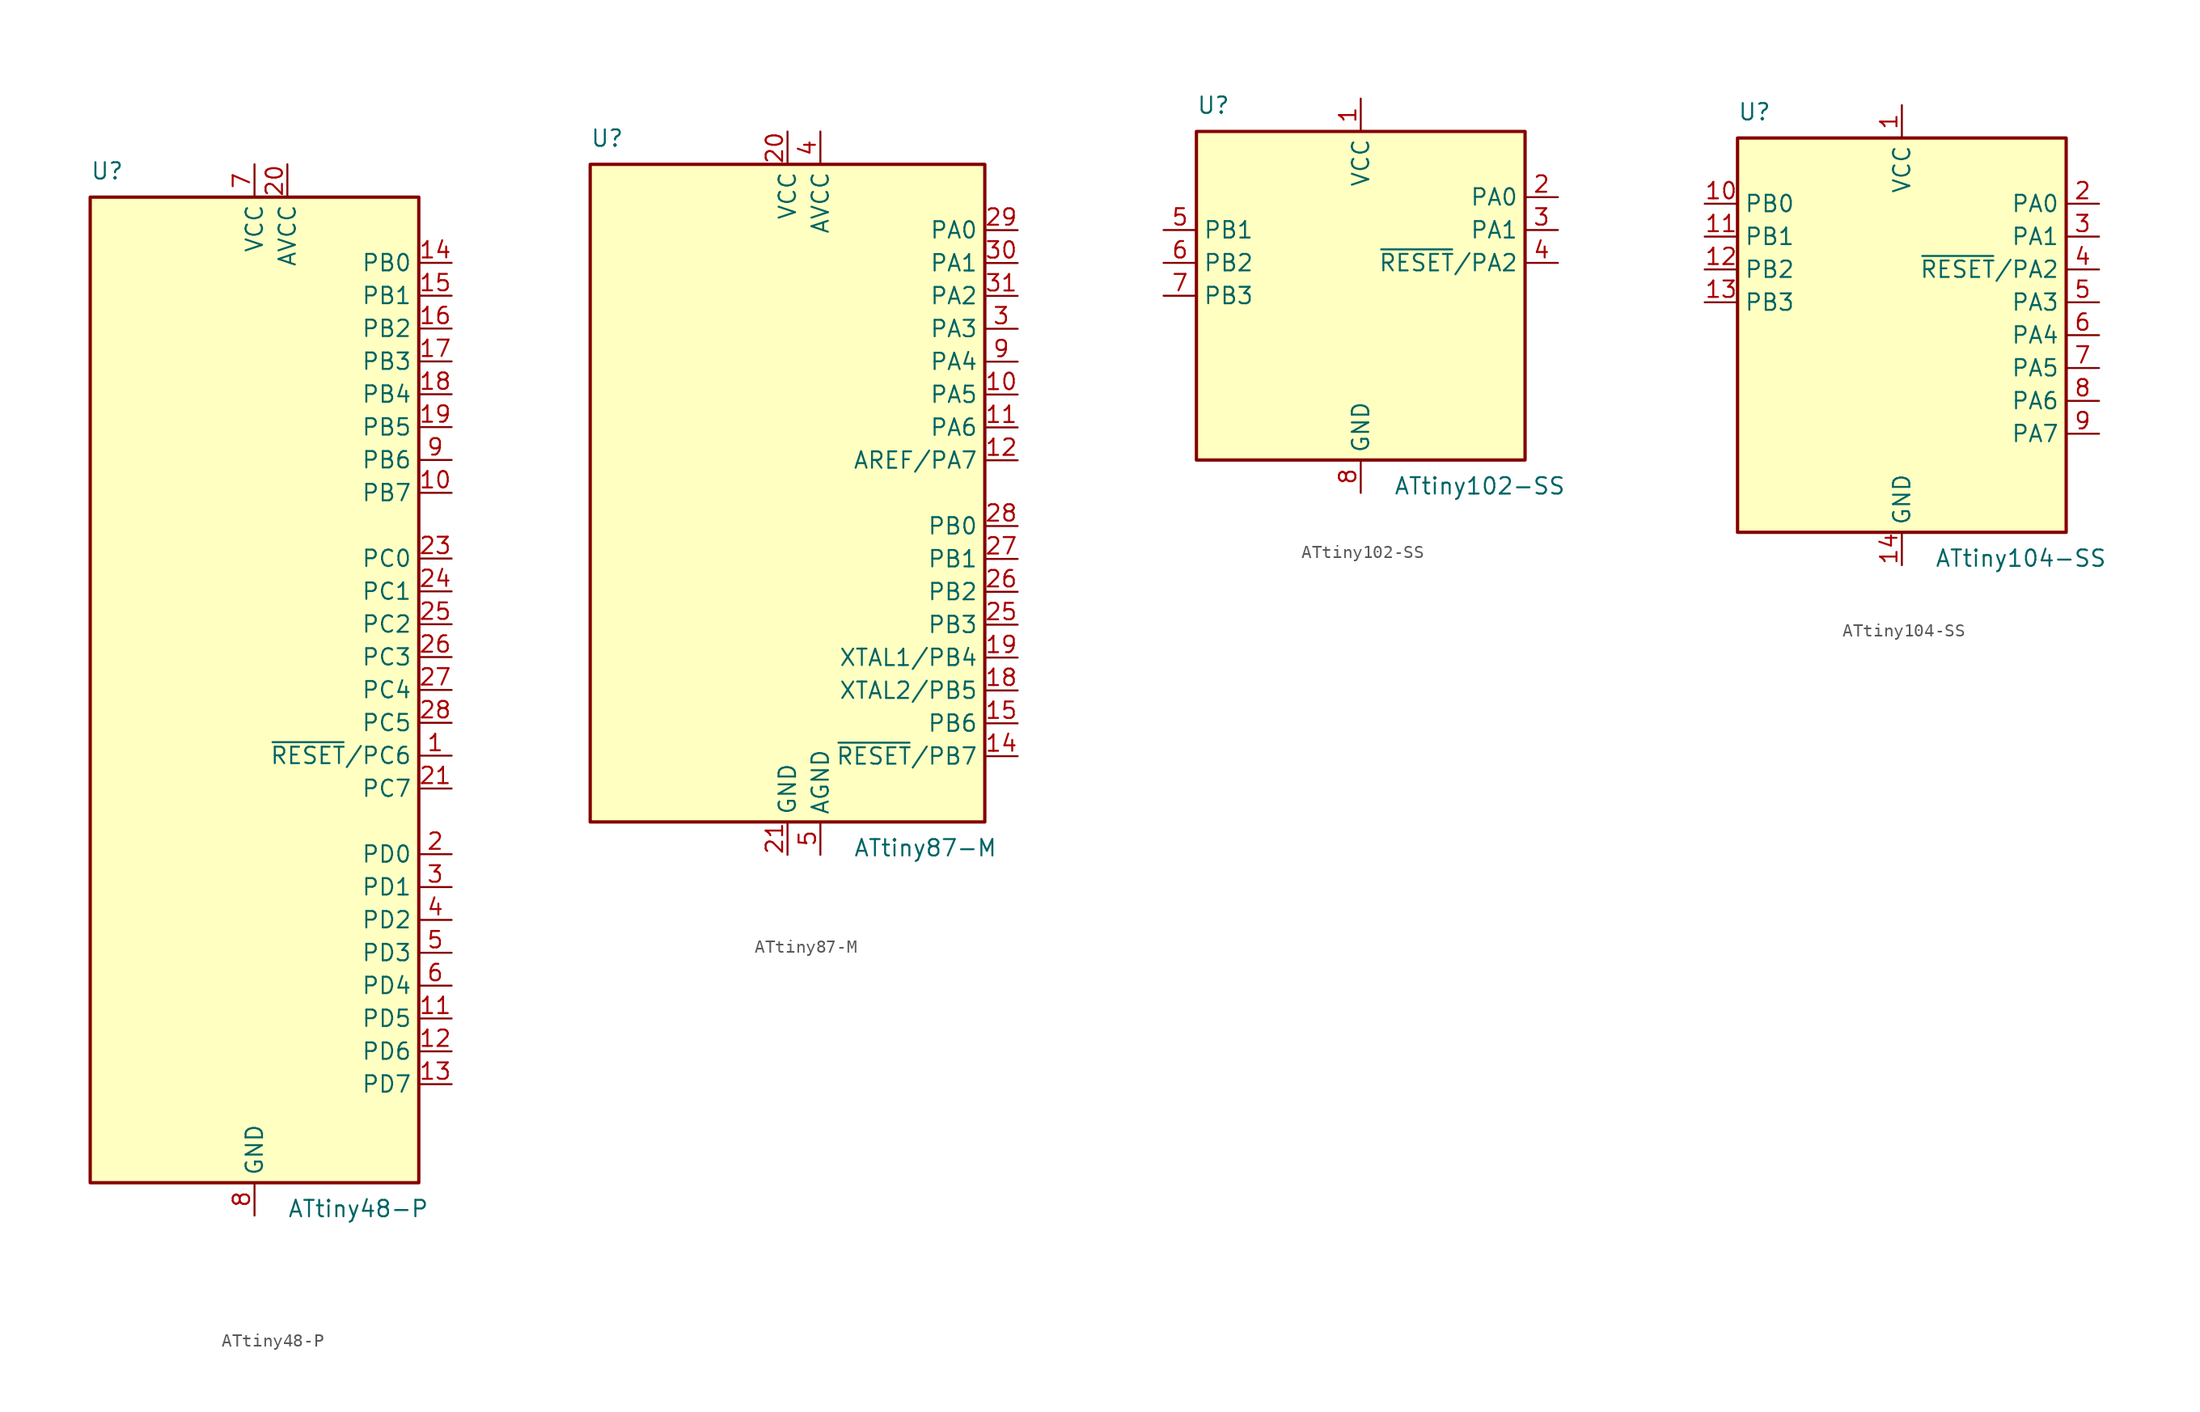
<source format=kicad_sym>
(kicad_symbol_lib
  (version 20211014)
  (generator kicad_symbol_editor)
  (symbol "ATtiny48-P"
    (property "Reference" "U"
      (at -12.7 39.37 0)
      (effects (font (size 1.27 1.27)) (justify left bottom)))
    (property "Value" "ATtiny48-P"
      (at 2.54 -39.37 0)
      (effects (font (size 1.27 1.27)) (justify left top)))
    (symbol "ATtiny48-P_0_1"
      (rectangle (start -12.7 -38.1) (end 12.7 38.1) (stroke (width 0.254) (type default) (color 0 0 0 0)) (fill (type background))))
    (symbol "ATtiny48-P_1_1"
      (pin bidirectional line (at 15.24 -5.08 180) (length 2.54) (name "~{RESET}/PC6" (effects (font (size 1.27 1.27)))) (number "1" (effects (font (size 1.27 1.27)))))
      (pin bidirectional line (at 15.24 15.24 180) (length 2.54) (name "PB7" (effects (font (size 1.27 1.27)))) (number "10" (effects (font (size 1.27 1.27)))))
      (pin bidirectional line (at 15.24 -25.4 180) (length 2.54) (name "PD5" (effects (font (size 1.27 1.27)))) (number "11" (effects (font (size 1.27 1.27)))))
      (pin bidirectional line (at 15.24 -27.94 180) (length 2.54) (name "PD6" (effects (font (size 1.27 1.27)))) (number "12" (effects (font (size 1.27 1.27)))))
      (pin bidirectional line (at 15.24 -30.48 180) (length 2.54) (name "PD7" (effects (font (size 1.27 1.27)))) (number "13" (effects (font (size 1.27 1.27)))))
      (pin bidirectional line (at 15.24 33.02 180) (length 2.54) (name "PB0" (effects (font (size 1.27 1.27)))) (number "14" (effects (font (size 1.27 1.27)))))
      (pin bidirectional line (at 15.24 30.48 180) (length 2.54) (name "PB1" (effects (font (size 1.27 1.27)))) (number "15" (effects (font (size 1.27 1.27)))))
      (pin bidirectional line (at 15.24 27.94 180) (length 2.54) (name "PB2" (effects (font (size 1.27 1.27)))) (number "16" (effects (font (size 1.27 1.27)))))
      (pin bidirectional line (at 15.24 25.4 180) (length 2.54) (name "PB3" (effects (font (size 1.27 1.27)))) (number "17" (effects (font (size 1.27 1.27)))))
      (pin bidirectional line (at 15.24 22.86 180) (length 2.54) (name "PB4" (effects (font (size 1.27 1.27)))) (number "18" (effects (font (size 1.27 1.27)))))
      (pin bidirectional line (at 15.24 20.32 180) (length 2.54) (name "PB5" (effects (font (size 1.27 1.27)))) (number "19" (effects (font (size 1.27 1.27)))))
      (pin bidirectional line (at 15.24 -12.7 180) (length 2.54) (name "PD0" (effects (font (size 1.27 1.27)))) (number "2" (effects (font (size 1.27 1.27)))))
      (pin power_in line (at 2.54 40.64 270) (length 2.54) (name "AVCC" (effects (font (size 1.27 1.27)))) (number "20" (effects (font (size 1.27 1.27)))))
      (pin bidirectional line (at 15.24 -7.62 180) (length 2.54) (name "PC7" (effects (font (size 1.27 1.27)))) (number "21" (effects (font (size 1.27 1.27)))))
      (pin passive line (at 0 -40.64 90) (length 2.54) hide (name "GND" (effects (font (size 1.27 1.27)))) (number "22" (effects (font (size 1.27 1.27)))))
      (pin bidirectional line (at 15.24 10.16 180) (length 2.54) (name "PC0" (effects (font (size 1.27 1.27)))) (number "23" (effects (font (size 1.27 1.27)))))
      (pin bidirectional line (at 15.24 7.62 180) (length 2.54) (name "PC1" (effects (font (size 1.27 1.27)))) (number "24" (effects (font (size 1.27 1.27)))))
      (pin bidirectional line (at 15.24 5.08 180) (length 2.54) (name "PC2" (effects (font (size 1.27 1.27)))) (number "25" (effects (font (size 1.27 1.27)))))
      (pin bidirectional line (at 15.24 2.54 180) (length 2.54) (name "PC3" (effects (font (size 1.27 1.27)))) (number "26" (effects (font (size 1.27 1.27)))))
      (pin bidirectional line (at 15.24 0 180) (length 2.54) (name "PC4" (effects (font (size 1.27 1.27)))) (number "27" (effects (font (size 1.27 1.27)))))
      (pin bidirectional line (at 15.24 -2.54 180) (length 2.54) (name "PC5" (effects (font (size 1.27 1.27)))) (number "28" (effects (font (size 1.27 1.27)))))
      (pin bidirectional line (at 15.24 -15.24 180) (length 2.54) (name "PD1" (effects (font (size 1.27 1.27)))) (number "3" (effects (font (size 1.27 1.27)))))
      (pin bidirectional line (at 15.24 -17.78 180) (length 2.54) (name "PD2" (effects (font (size 1.27 1.27)))) (number "4" (effects (font (size 1.27 1.27)))))
      (pin bidirectional line (at 15.24 -20.32 180) (length 2.54) (name "PD3" (effects (font (size 1.27 1.27)))) (number "5" (effects (font (size 1.27 1.27)))))
      (pin bidirectional line (at 15.24 -22.86 180) (length 2.54) (name "PD4" (effects (font (size 1.27 1.27)))) (number "6" (effects (font (size 1.27 1.27)))))
      (pin power_in line (at 0 40.64 270) (length 2.54) (name "VCC" (effects (font (size 1.27 1.27)))) (number "7" (effects (font (size 1.27 1.27)))))
      (pin power_in line (at 0 -40.64 90) (length 2.54) (name "GND" (effects (font (size 1.27 1.27)))) (number "8" (effects (font (size 1.27 1.27)))))
      (pin bidirectional line (at 15.24 17.78 180) (length 2.54) (name "PB6" (effects (font (size 1.27 1.27)))) (number "9" (effects (font (size 1.27 1.27)))))))
  (symbol "ATtiny87-M"
    (property "Reference" "U"
      (at -15.24 26.67 0)
      (effects (font (size 1.27 1.27)) (justify left bottom)))
    (property "Value" "ATtiny87-M"
      (at 5.08 -26.67 0)
      (effects (font (size 1.27 1.27)) (justify left top)))
    (symbol "ATtiny87-M_0_1"
      (rectangle (start -15.24 -25.4) (end 15.24 25.4) (stroke (width 0.254) (type default) (color 0 0 0 0)) (fill (type background))))
    (symbol "ATtiny87-M_1_1"
      (pin no_connect line (at -15.24 5.08 0) (length 2.54) hide (name "NC" (effects (font (size 1.27 1.27)))) (number "1" (effects (font (size 1.27 1.27)))))
      (pin bidirectional line (at 17.78 7.62 180) (length 2.54) (name "PA5" (effects (font (size 1.27 1.27)))) (number "10" (effects (font (size 1.27 1.27)))))
      (pin bidirectional line (at 17.78 5.08 180) (length 2.54) (name "PA6" (effects (font (size 1.27 1.27)))) (number "11" (effects (font (size 1.27 1.27)))))
      (pin bidirectional line (at 17.78 2.54 180) (length 2.54) (name "AREF/PA7" (effects (font (size 1.27 1.27)))) (number "12" (effects (font (size 1.27 1.27)))))
      (pin no_connect line (at -15.24 -7.62 0) (length 2.54) hide (name "NC" (effects (font (size 1.27 1.27)))) (number "13" (effects (font (size 1.27 1.27)))))
      (pin bidirectional line (at 17.78 -20.32 180) (length 2.54) (name "~{RESET}/PB7" (effects (font (size 1.27 1.27)))) (number "14" (effects (font (size 1.27 1.27)))))
      (pin bidirectional line (at 17.78 -17.78 180) (length 2.54) (name "PB6" (effects (font (size 1.27 1.27)))) (number "15" (effects (font (size 1.27 1.27)))))
      (pin no_connect line (at -15.24 -10.16 0) (length 2.54) hide (name "NC" (effects (font (size 1.27 1.27)))) (number "16" (effects (font (size 1.27 1.27)))))
      (pin no_connect line (at -15.24 -12.7 0) (length 2.54) hide (name "NC" (effects (font (size 1.27 1.27)))) (number "17" (effects (font (size 1.27 1.27)))))
      (pin bidirectional line (at 17.78 -15.24 180) (length 2.54) (name "XTAL2/PB5" (effects (font (size 1.27 1.27)))) (number "18" (effects (font (size 1.27 1.27)))))
      (pin bidirectional line (at 17.78 -12.7 180) (length 2.54) (name "XTAL1/PB4" (effects (font (size 1.27 1.27)))) (number "19" (effects (font (size 1.27 1.27)))))
      (pin no_connect line (at -15.24 2.54 0) (length 2.54) hide (name "NC" (effects (font (size 1.27 1.27)))) (number "2" (effects (font (size 1.27 1.27)))))
      (pin power_in line (at 0 27.94 270) (length 2.54) (name "VCC" (effects (font (size 1.27 1.27)))) (number "20" (effects (font (size 1.27 1.27)))))
      (pin power_in line (at 0 -27.94 90) (length 2.54) (name "GND" (effects (font (size 1.27 1.27)))) (number "21" (effects (font (size 1.27 1.27)))))
      (pin no_connect line (at -15.24 -15.24 0) (length 2.54) hide (name "NC" (effects (font (size 1.27 1.27)))) (number "22" (effects (font (size 1.27 1.27)))))
      (pin no_connect line (at -15.24 -17.78 0) (length 2.54) hide (name "NC" (effects (font (size 1.27 1.27)))) (number "23" (effects (font (size 1.27 1.27)))))
      (pin no_connect line (at -15.24 -20.32 0) (length 2.54) hide (name "NC" (effects (font (size 1.27 1.27)))) (number "24" (effects (font (size 1.27 1.27)))))
      (pin bidirectional line (at 17.78 -10.16 180) (length 2.54) (name "PB3" (effects (font (size 1.27 1.27)))) (number "25" (effects (font (size 1.27 1.27)))))
      (pin bidirectional line (at 17.78 -7.62 180) (length 2.54) (name "PB2" (effects (font (size 1.27 1.27)))) (number "26" (effects (font (size 1.27 1.27)))))
      (pin bidirectional line (at 17.78 -5.08 180) (length 2.54) (name "PB1" (effects (font (size 1.27 1.27)))) (number "27" (effects (font (size 1.27 1.27)))))
      (pin bidirectional line (at 17.78 -2.54 180) (length 2.54) (name "PB0" (effects (font (size 1.27 1.27)))) (number "28" (effects (font (size 1.27 1.27)))))
      (pin bidirectional line (at 17.78 20.32 180) (length 2.54) (name "PA0" (effects (font (size 1.27 1.27)))) (number "29" (effects (font (size 1.27 1.27)))))
      (pin bidirectional line (at 17.78 12.7 180) (length 2.54) (name "PA3" (effects (font (size 1.27 1.27)))) (number "3" (effects (font (size 1.27 1.27)))))
      (pin bidirectional line (at 17.78 17.78 180) (length 2.54) (name "PA1" (effects (font (size 1.27 1.27)))) (number "30" (effects (font (size 1.27 1.27)))))
      (pin bidirectional line (at 17.78 15.24 180) (length 2.54) (name "PA2" (effects (font (size 1.27 1.27)))) (number "31" (effects (font (size 1.27 1.27)))))
      (pin no_connect line (at -15.24 -22.86 0) (length 2.54) hide (name "NC" (effects (font (size 1.27 1.27)))) (number "32" (effects (font (size 1.27 1.27)))))
      (pin passive line (at 0 -27.94 90) (length 2.54) hide (name "GND" (effects (font (size 1.27 1.27)))) (number "33" (effects (font (size 1.27 1.27)))))
      (pin power_in line (at 2.54 27.94 270) (length 2.54) (name "AVCC" (effects (font (size 1.27 1.27)))) (number "4" (effects (font (size 1.27 1.27)))))
      (pin power_in line (at 2.54 -27.94 90) (length 2.54) (name "AGND" (effects (font (size 1.27 1.27)))) (number "5" (effects (font (size 1.27 1.27)))))
      (pin no_connect line (at -15.24 0 0) (length 2.54) hide (name "NC" (effects (font (size 1.27 1.27)))) (number "6" (effects (font (size 1.27 1.27)))))
      (pin no_connect line (at -15.24 -2.54 0) (length 2.54) hide (name "NC" (effects (font (size 1.27 1.27)))) (number "7" (effects (font (size 1.27 1.27)))))
      (pin no_connect line (at -15.24 -5.08 0) (length 2.54) hide (name "NC" (effects (font (size 1.27 1.27)))) (number "8" (effects (font (size 1.27 1.27)))))
      (pin bidirectional line (at 17.78 10.16 180) (length 2.54) (name "PA4" (effects (font (size 1.27 1.27)))) (number "9" (effects (font (size 1.27 1.27)))))))
  (symbol "ATtiny102-SS"
    (property "Reference" "U"
      (at -12.7 13.97 0)
      (effects (font (size 1.27 1.27)) (justify left bottom)))
    (property "Value" "ATtiny102-SS"
      (at 2.54 -13.97 0)
      (effects (font (size 1.27 1.27)) (justify left top)))
    (symbol "ATtiny102-SS_0_1"
      (rectangle (start -12.7 -12.7) (end 12.7 12.7) (stroke (width 0.254) (type default) (color 0 0 0 0)) (fill (type background))))
    (symbol "ATtiny102-SS_1_1"
      (pin power_in line (at 0 15.24 270) (length 2.54) (name "VCC" (effects (font (size 1.27 1.27)))) (number "1" (effects (font (size 1.27 1.27)))))
      (pin bidirectional line (at 15.24 7.62 180) (length 2.54) (name "PA0" (effects (font (size 1.27 1.27)))) (number "2" (effects (font (size 1.27 1.27)))))
      (pin bidirectional line (at 15.24 5.08 180) (length 2.54) (name "PA1" (effects (font (size 1.27 1.27)))) (number "3" (effects (font (size 1.27 1.27)))))
      (pin bidirectional line (at 15.24 2.54 180) (length 2.54) (name "~{RESET}/PA2" (effects (font (size 1.27 1.27)))) (number "4" (effects (font (size 1.27 1.27)))))
      (pin bidirectional line (at -15.24 5.08 0) (length 2.54) (name "PB1" (effects (font (size 1.27 1.27)))) (number "5" (effects (font (size 1.27 1.27)))))
      (pin bidirectional line (at -15.24 2.54 0) (length 2.54) (name "PB2" (effects (font (size 1.27 1.27)))) (number "6" (effects (font (size 1.27 1.27)))))
      (pin bidirectional line (at -15.24 0 0) (length 2.54) (name "PB3" (effects (font (size 1.27 1.27)))) (number "7" (effects (font (size 1.27 1.27)))))
      (pin power_in line (at 0 -15.24 90) (length 2.54) (name "GND" (effects (font (size 1.27 1.27)))) (number "8" (effects (font (size 1.27 1.27)))))))
  (symbol "ATtiny104-SS"
    (property "Reference" "U"
      (at -12.7 16.51 0)
      (effects (font (size 1.27 1.27)) (justify left bottom)))
    (property "Value" "ATtiny104-SS"
      (at 2.54 -16.51 0)
      (effects (font (size 1.27 1.27)) (justify left top)))
    (symbol "ATtiny104-SS_0_1"
      (rectangle (start -12.7 -15.24) (end 12.7 15.24) (stroke (width 0.254) (type default) (color 0 0 0 0)) (fill (type background))))
    (symbol "ATtiny104-SS_1_1"
      (pin power_in line (at 0 17.78 270) (length 2.54) (name "VCC" (effects (font (size 1.27 1.27)))) (number "1" (effects (font (size 1.27 1.27)))))
      (pin bidirectional line (at -15.24 10.16 0) (length 2.54) (name "PB0" (effects (font (size 1.27 1.27)))) (number "10" (effects (font (size 1.27 1.27)))))
      (pin bidirectional line (at -15.24 7.62 0) (length 2.54) (name "PB1" (effects (font (size 1.27 1.27)))) (number "11" (effects (font (size 1.27 1.27)))))
      (pin bidirectional line (at -15.24 5.08 0) (length 2.54) (name "PB2" (effects (font (size 1.27 1.27)))) (number "12" (effects (font (size 1.27 1.27)))))
      (pin bidirectional line (at -15.24 2.54 0) (length 2.54) (name "PB3" (effects (font (size 1.27 1.27)))) (number "13" (effects (font (size 1.27 1.27)))))
      (pin power_in line (at 0 -17.78 90) (length 2.54) (name "GND" (effects (font (size 1.27 1.27)))) (number "14" (effects (font (size 1.27 1.27)))))
      (pin bidirectional line (at 15.24 10.16 180) (length 2.54) (name "PA0" (effects (font (size 1.27 1.27)))) (number "2" (effects (font (size 1.27 1.27)))))
      (pin bidirectional line (at 15.24 7.62 180) (length 2.54) (name "PA1" (effects (font (size 1.27 1.27)))) (number "3" (effects (font (size 1.27 1.27)))))
      (pin bidirectional line (at 15.24 5.08 180) (length 2.54) (name "~{RESET}/PA2" (effects (font (size 1.27 1.27)))) (number "4" (effects (font (size 1.27 1.27)))))
      (pin bidirectional line (at 15.24 2.54 180) (length 2.54) (name "PA3" (effects (font (size 1.27 1.27)))) (number "5" (effects (font (size 1.27 1.27)))))
      (pin bidirectional line (at 15.24 0 180) (length 2.54) (name "PA4" (effects (font (size 1.27 1.27)))) (number "6" (effects (font (size 1.27 1.27)))))
      (pin bidirectional line (at 15.24 -2.54 180) (length 2.54) (name "PA5" (effects (font (size 1.27 1.27)))) (number "7" (effects (font (size 1.27 1.27)))))
      (pin bidirectional line (at 15.24 -5.08 180) (length 2.54) (name "PA6" (effects (font (size 1.27 1.27)))) (number "8" (effects (font (size 1.27 1.27)))))
      (pin bidirectional line (at 15.24 -7.62 180) (length 2.54) (name "PA7" (effects (font (size 1.27 1.27)))) (number "9" (effects (font (size 1.27 1.27))))))))
</source>
